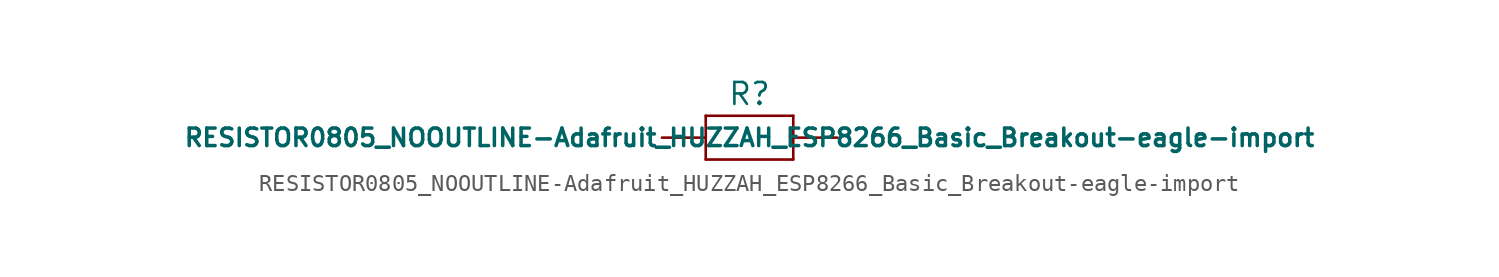
<source format=kicad_sym>
(kicad_symbol_lib
  (version 20220914)
  (generator kicad_symbol_editor)
  (symbol "RESISTOR0805_NOOUTLINE-Adafruit_HUZZAH_ESP8266_Basic_Breakout-eagle-import"
    (pin_names
      (offset 1.016))
    (property "Reference" "R"
      (at 0 2.54 0)
      (effects (font (size 1.27 1.27))))
    (property "Value" "RESISTOR0805_NOOUTLINE-Adafruit_HUZZAH_ESP8266_Basic_Breakout-eagle-import"
      (at 0 0 0)
      (effects (font (size 1.016 1.016) bold)))
    (property "ki_locked" ""
      (at 0 0 0)
      (effects (font (size 1.27 1.27))))
    (symbol "RESISTOR0805_NOOUTLINE-Adafruit_HUZZAH_ESP8266_Basic_Breakout-eagle-import_1_0"
      (polyline (pts (xy -2.54 -1.27) (xy -2.54 1.27)) (stroke (width 0) (type solid)) (fill (type none)))
      (polyline (pts (xy -2.54 1.27) (xy 2.54 1.27)) (stroke (width 0) (type solid)) (fill (type none)))
      (polyline (pts (xy 2.54 -1.27) (xy -2.54 -1.27)) (stroke (width 0) (type solid)) (fill (type none)))
      (polyline (pts (xy 2.54 1.27) (xy 2.54 -1.27)) (stroke (width 0) (type solid)) (fill (type none)))
      (pin passive line (at -5.08 0 0) (length 2.54) (name "1" (effects (font (size 0 0)))) (number "1" (effects (font (size 0 0)))))
      (pin passive line (at 5.08 0 180) (length 2.54) (name "2" (effects (font (size 0 0)))) (number "2" (effects (font (size 0 0))))))))
</source>
